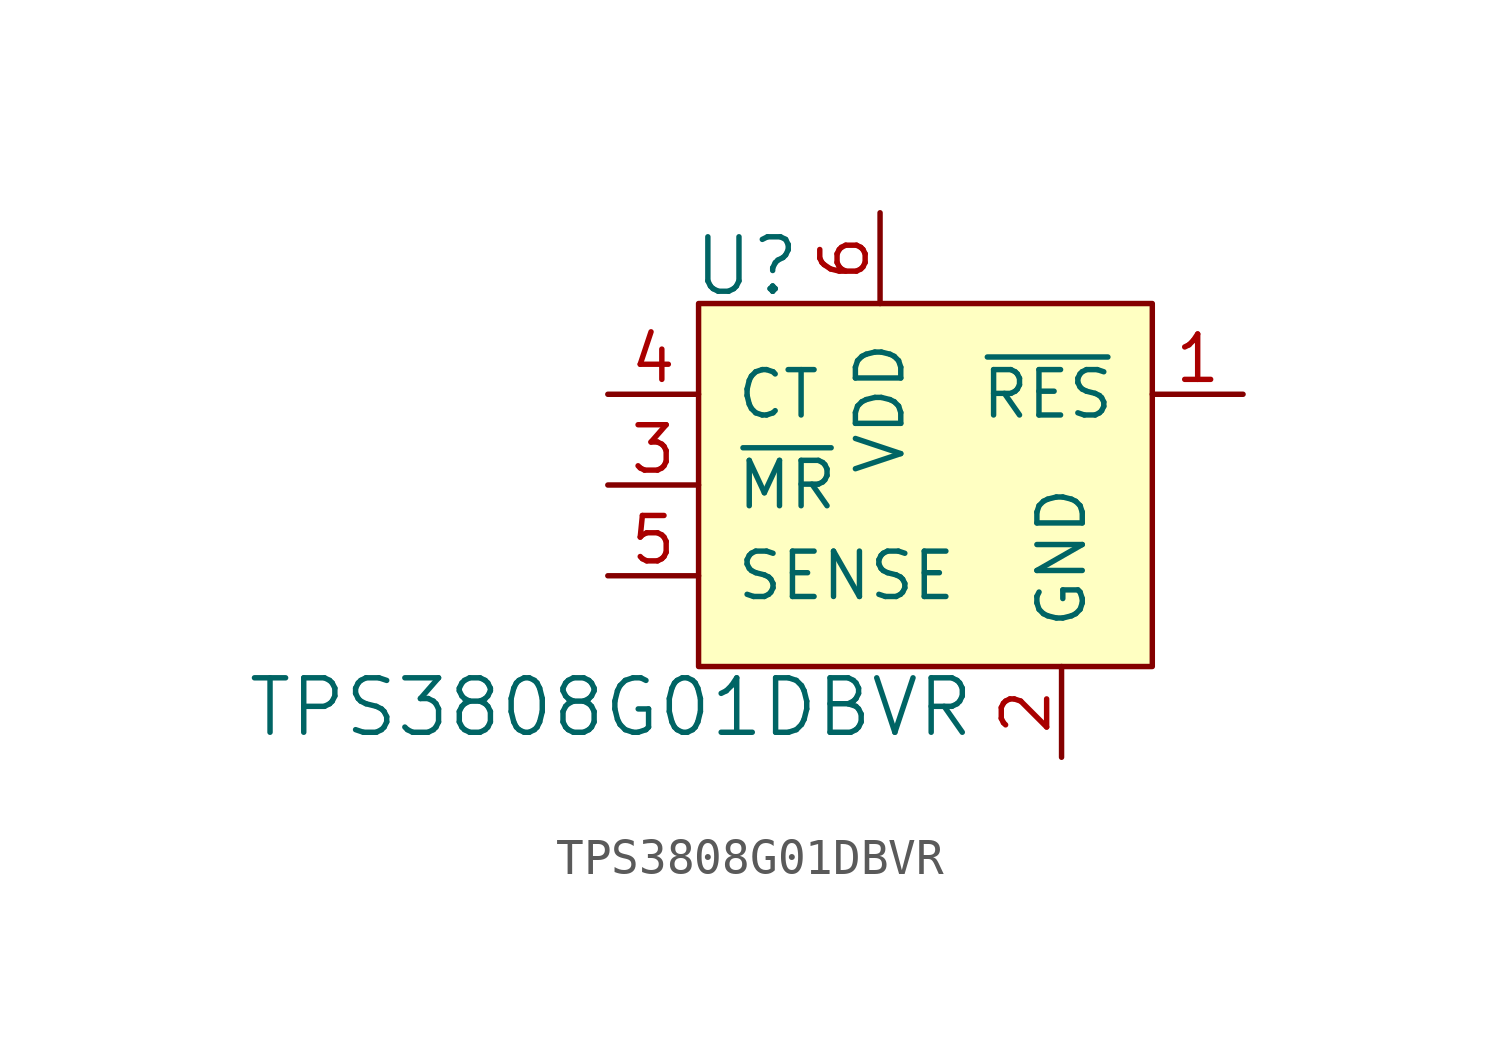
<source format=kicad_sym>
(kicad_symbol_lib
  (version 20231120)
  (generator "kicad_symbol_editor")
  (generator_version "8.0")
  (symbol "TPS3808G01DBVR"
    (pin_names
      (offset 1.016))
    (property "Reference" "U"
      (at -5.283 3.581 0)
      (effects (font (size 1.524 1.524)) (justify left)))
    (property "Value" "TPS3808G01DBVR"
      (at 2.692 -8.763 0)
      (effects (font (size 1.524 1.524)) (justify right)))
    (symbol "TPS3808G01DBVR_0_1"
      (rectangle (start -5.08 2.54) (end 7.62 -7.62) (stroke (width 0) (type solid)) (fill (type background))))
    (symbol "TPS3808G01DBVR_1_1"
      (pin output line (at 10.16 0 180) (length 2.54) (name "~{RES}" (effects (font (size 1.27 1.27)))) (number "1" (effects (font (size 1.27 1.27)))))
      (pin power_in line (at 5.08 -10.16 90) (length 2.54) (name "GND" (effects (font (size 1.27 1.27)))) (number "2" (effects (font (size 1.27 1.27)))))
      (pin input line (at -7.62 -2.54 0) (length 2.54) (name "~{MR}" (effects (font (size 1.27 1.27)))) (number "3" (effects (font (size 1.27 1.27)))))
      (pin input line (at -7.62 0 0) (length 2.54) (name "CT" (effects (font (size 1.27 1.27)))) (number "4" (effects (font (size 1.27 1.27)))))
      (pin input line (at -7.62 -5.08 0) (length 2.54) (name "SENSE" (effects (font (size 1.27 1.27)))) (number "5" (effects (font (size 1.27 1.27)))))
      (pin power_in line (at 0 5.08 270) (length 2.54) (name "VDD" (effects (font (size 1.27 1.27)))) (number "6" (effects (font (size 1.27 1.27))))))))
</source>
